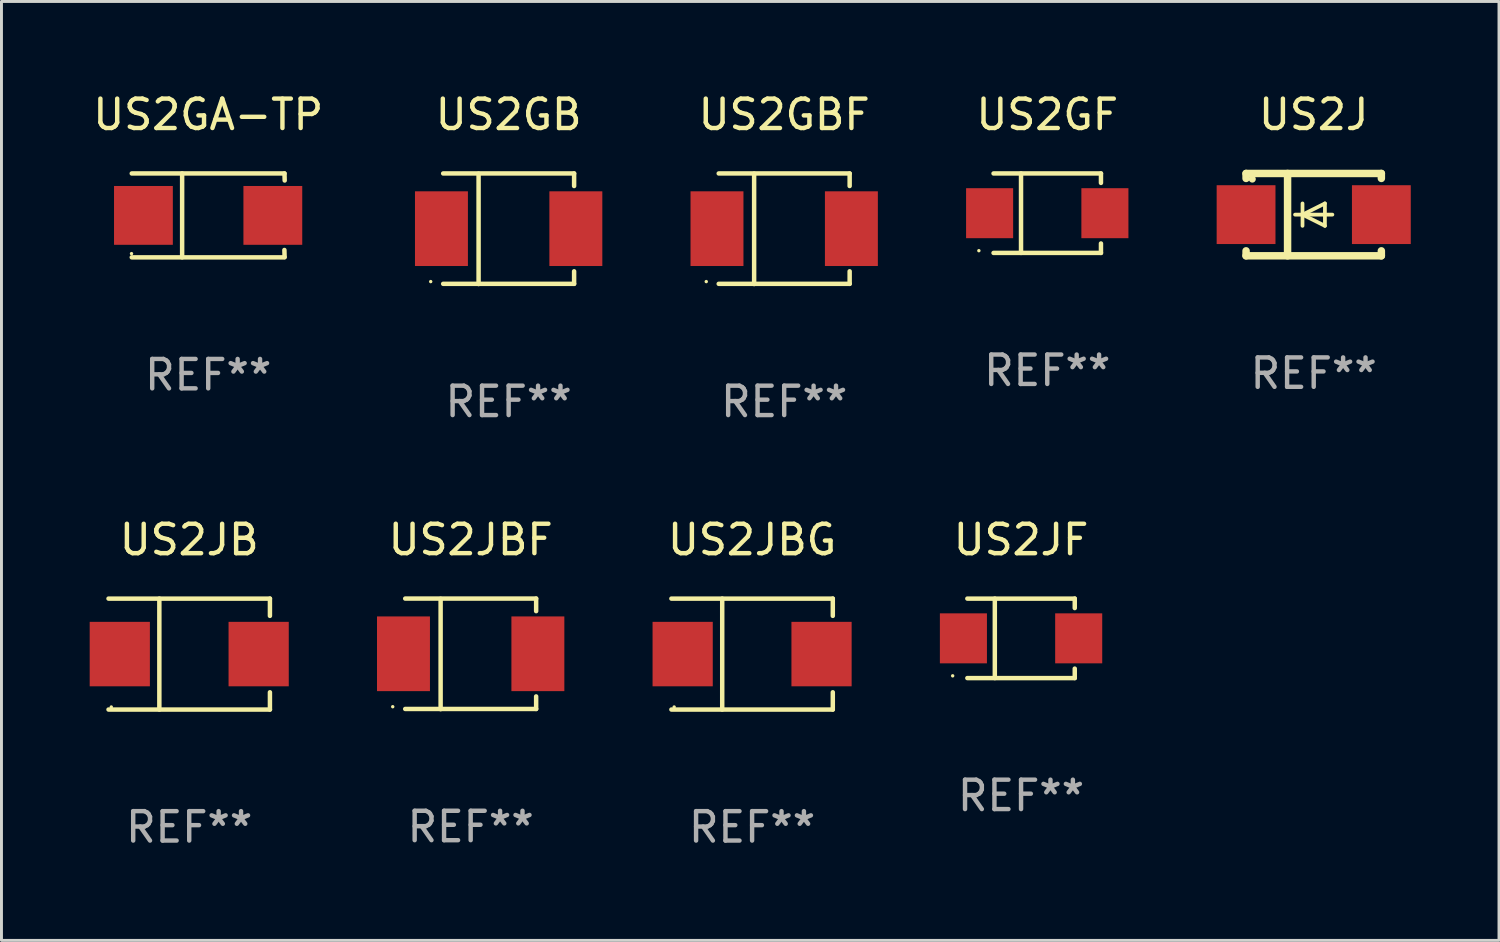
<source format=kicad_pcb>
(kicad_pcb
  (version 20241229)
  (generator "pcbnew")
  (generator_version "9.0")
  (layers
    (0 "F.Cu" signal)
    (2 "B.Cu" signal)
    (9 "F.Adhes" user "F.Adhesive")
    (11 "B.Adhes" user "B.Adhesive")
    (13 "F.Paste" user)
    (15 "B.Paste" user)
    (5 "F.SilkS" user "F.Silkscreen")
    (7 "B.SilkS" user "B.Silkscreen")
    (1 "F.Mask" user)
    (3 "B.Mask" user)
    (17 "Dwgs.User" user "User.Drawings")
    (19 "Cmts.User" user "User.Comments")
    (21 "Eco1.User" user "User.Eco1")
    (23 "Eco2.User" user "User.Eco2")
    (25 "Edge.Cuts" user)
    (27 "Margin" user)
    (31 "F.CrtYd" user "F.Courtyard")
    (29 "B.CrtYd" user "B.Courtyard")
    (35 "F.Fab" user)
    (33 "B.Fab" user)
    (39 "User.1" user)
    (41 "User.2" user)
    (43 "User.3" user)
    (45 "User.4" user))
  (footprint "US2JBF"
    (layer "F.Cu")
    (at 12.954 19.183)
    (property "Reference" "US2JBF" (at 0 -3.88 0) (layer "F.SilkS") (effects (font (size 1 1) (thickness 0.15))))
    (attr through_hole)
    (fp_line (start -2.226 -1.88) (end 2.226 -1.88) (stroke (width 0.152) (type solid)) (layer "F.SilkS"))
    (fp_line (start -2.226 1.873) (end 2.226 1.873) (stroke (width 0.152) (type solid)) (layer "F.SilkS"))
    (fp_line (start -1.022 -1.873) (end -1.022 1.88) (stroke (width 0.152) (type solid)) (layer "F.SilkS"))
    (fp_line (start 2.226 -1.88) (end 2.226 -1.453) (stroke (width 0.152) (type solid)) (layer "F.SilkS"))
    (fp_line (start 2.226 1.447) (end 2.226 1.873) (stroke (width 0.152) (type solid)) (layer "F.SilkS"))
    (fp_circle (center -2.65 1.797) (end -2.62 1.797) (stroke (width 0.06) (type solid)) (fill no) (layer "F.SilkS"))
    (fp_text user "REF**" (at 0 5.88 0) (layer "F.Fab") (effects (font (size 1 1) (thickness 0.15))))
    (pad "1" smd rect (at -2.285 -0.003) (size 1.8 2.54) (layers "F.Cu" "F.Mask" "F.Paste"))
    (pad "2" smd rect (at 2.285 -0.003) (size 1.8 2.54) (layers "F.Cu" "F.Mask" "F.Paste")))
  (footprint "US2JB"
    (layer "F.Cu")
    (at 3.384 19.19)
    (property "Reference" "US2JB" (at 0 -3.886 0) (layer "F.SilkS") (effects (font (size 1 1) (thickness 0.15))))
    (attr through_hole)
    (fp_line (start -2.744 -1.886) (end 2.744 -1.886) (stroke (width 0.152) (type solid)) (layer "F.SilkS"))
    (fp_line (start -2.744 1.886) (end 2.744 1.886) (stroke (width 0.152) (type solid)) (layer "F.SilkS"))
    (fp_line (start -1.016 -1.886) (end -1.016 1.886) (stroke (width 0.152) (type solid)) (layer "F.SilkS"))
    (fp_line (start 2.744 -1.886) (end 2.744 -1.299) (stroke (width 0.152) (type solid)) (layer "F.SilkS"))
    (fp_line (start 2.744 1.886) (end 2.744 1.299) (stroke (width 0.152) (type solid)) (layer "F.SilkS"))
    (fp_circle (center -2.65 1.8) (end -2.62 1.8) (stroke (width 0.06) (type solid)) (fill no) (layer "F.SilkS"))
    (fp_text user "REF**" (at 0 5.886 0) (layer "F.Fab") (effects (font (size 1 1) (thickness 0.15))))
    (pad "1" smd rect (at -2.361 0) (size 2.047 2.192) (layers "F.Cu" "F.Mask" "F.Paste"))
    (pad "2" smd rect (at 2.361 0) (size 2.047 2.192) (layers "F.Cu" "F.Mask" "F.Paste")))
  (footprint "US2GF"
    (layer "F.Cu")
    (at 32.559 4.199)
    (property "Reference" "US2GF" (at 0 -3.351 0) (layer "F.SilkS") (effects (font (size 1 1) (thickness 0.15))))
    (attr through_hole)
    (fp_line (start -1.826 -1.351) (end 1.826 -1.351) (stroke (width 0.152) (type solid)) (layer "F.SilkS"))
    (fp_line (start -1.826 1.351) (end 1.826 1.351) (stroke (width 0.152) (type solid)) (layer "F.SilkS"))
    (fp_line (start -0.892 -1.351) (end -0.892 1.351) (stroke (width 0.152) (type solid)) (layer "F.SilkS"))
    (fp_line (start 1.826 -1.351) (end 1.826 -1.03) (stroke (width 0.152) (type solid)) (layer "F.SilkS"))
    (fp_line (start 1.826 1.03) (end 1.826 1.351) (stroke (width 0.152) (type solid)) (layer "F.SilkS"))
    (fp_circle (center -2.325 1.275) (end -2.295 1.275) (stroke (width 0.06) (type solid)) (fill no) (layer "F.SilkS"))
    (fp_text user "REF**" (at 0 5.351 0) (layer "F.Fab") (effects (font (size 1 1) (thickness 0.15))))
    (pad "1" smd rect (at -1.96 0 180) (size 1.6 1.7) (layers "F.Cu" "F.Mask" "F.Paste"))
    (pad "2" smd rect (at 1.96 0 180) (size 1.6 1.7) (layers "F.Cu" "F.Mask" "F.Paste")))
  (footprint "US2GB"
    (layer "F.Cu")
    (at 14.245 4.728)
    (property "Reference" "US2GB" (at 0 -3.88 0) (layer "F.SilkS") (effects (font (size 1 1) (thickness 0.15))))
    (attr through_hole)
    (fp_line (start -2.226 -1.88) (end 2.226 -1.88) (stroke (width 0.152) (type solid)) (layer "F.SilkS"))
    (fp_line (start -2.226 1.873) (end 2.226 1.873) (stroke (width 0.152) (type solid)) (layer "F.SilkS"))
    (fp_line (start -1.022 -1.873) (end -1.022 1.88) (stroke (width 0.152) (type solid)) (layer "F.SilkS"))
    (fp_line (start 2.226 -1.88) (end 2.226 -1.453) (stroke (width 0.152) (type solid)) (layer "F.SilkS"))
    (fp_line (start 2.226 1.447) (end 2.226 1.873) (stroke (width 0.152) (type solid)) (layer "F.SilkS"))
    (fp_circle (center -2.65 1.797) (end -2.62 1.797) (stroke (width 0.06) (type solid)) (fill no) (layer "F.SilkS"))
    (fp_text user "REF**" (at 0 5.88 0) (layer "F.Fab") (effects (font (size 1 1) (thickness 0.15))))
    (pad "1" smd rect (at -2.285 -0.003) (size 1.8 2.54) (layers "F.Cu" "F.Mask" "F.Paste"))
    (pad "2" smd rect (at 2.285 -0.003) (size 1.8 2.54) (layers "F.Cu" "F.Mask" "F.Paste")))
  (footprint "US2JBG"
    (layer "F.Cu")
    (at 22.523 19.19)
    (property "Reference" "US2JBG" (at 0 -3.886 0) (layer "F.SilkS") (effects (font (size 1 1) (thickness 0.15))))
    (attr through_hole)
    (fp_line (start -2.744 -1.886) (end 2.744 -1.886) (stroke (width 0.152) (type solid)) (layer "F.SilkS"))
    (fp_line (start -2.744 1.886) (end 2.744 1.886) (stroke (width 0.152) (type solid)) (layer "F.SilkS"))
    (fp_line (start -1.016 -1.886) (end -1.016 1.886) (stroke (width 0.152) (type solid)) (layer "F.SilkS"))
    (fp_line (start 2.744 -1.886) (end 2.744 -1.299) (stroke (width 0.152) (type solid)) (layer "F.SilkS"))
    (fp_line (start 2.744 1.886) (end 2.744 1.299) (stroke (width 0.152) (type solid)) (layer "F.SilkS"))
    (fp_circle (center -2.65 1.8) (end -2.62 1.8) (stroke (width 0.06) (type solid)) (fill no) (layer "F.SilkS"))
    (fp_text user "REF**" (at 0 5.886 0) (layer "F.Fab") (effects (font (size 1 1) (thickness 0.15))))
    (pad "1" smd rect (at -2.361 0) (size 2.047 2.192) (layers "F.Cu" "F.Mask" "F.Paste"))
    (pad "2" smd rect (at 2.361 0) (size 2.047 2.192) (layers "F.Cu" "F.Mask" "F.Paste")))
  (footprint "US2GBF"
    (layer "F.Cu")
    (at 23.614 4.728)
    (property "Reference" "US2GBF" (at 0 -3.88 0) (layer "F.SilkS") (effects (font (size 1 1) (thickness 0.15))))
    (attr through_hole)
    (fp_line (start -2.226 -1.88) (end 2.226 -1.88) (stroke (width 0.152) (type solid)) (layer "F.SilkS"))
    (fp_line (start -2.226 1.873) (end 2.226 1.873) (stroke (width 0.152) (type solid)) (layer "F.SilkS"))
    (fp_line (start -1.022 -1.873) (end -1.022 1.88) (stroke (width 0.152) (type solid)) (layer "F.SilkS"))
    (fp_line (start 2.226 -1.88) (end 2.226 -1.453) (stroke (width 0.152) (type solid)) (layer "F.SilkS"))
    (fp_line (start 2.226 1.447) (end 2.226 1.873) (stroke (width 0.152) (type solid)) (layer "F.SilkS"))
    (fp_circle (center -2.65 1.797) (end -2.62 1.797) (stroke (width 0.06) (type solid)) (fill no) (layer "F.SilkS"))
    (fp_text user "REF**" (at 0 5.88 0) (layer "F.Fab") (effects (font (size 1 1) (thickness 0.15))))
    (pad "1" smd rect (at -2.285 -0.003) (size 1.8 2.54) (layers "F.Cu" "F.Mask" "F.Paste"))
    (pad "2" smd rect (at 2.285 -0.003) (size 1.8 2.54) (layers "F.Cu" "F.Mask" "F.Paste")))
  (footprint "US2GA-TP"
    (layer "F.Cu")
    (at 4.03 4.274)
    (property "Reference" "US2GA-TP" (at 0 -3.426 0) (layer "F.SilkS") (effects (font (size 1 1) (thickness 0.15))))
    (attr through_hole)
    (fp_line (start -2.6 -1.426) (end 2.593 -1.426) (stroke (width 0.152) (type solid)) (layer "F.SilkS"))
    (fp_line (start -2.6 1.426) (end 2.593 1.426) (stroke (width 0.152) (type solid)) (layer "F.SilkS"))
    (fp_line (start -0.887 -1.426) (end -0.887 1.426) (stroke (width 0.152) (type solid)) (layer "F.SilkS"))
    (fp_line (start 2.59 1.176) (end 2.597 1.415) (stroke (width 0.152) (type solid)) (layer "F.SilkS"))
    (fp_line (start 2.593 -1.426) (end 2.6 -1.187) (stroke (width 0.152) (type solid)) (layer "F.SilkS"))
    (fp_circle (center -2.608 1.3) (end -2.578 1.3) (stroke (width 0.06) (type solid)) (fill no) (layer "F.SilkS"))
    (fp_text user "REF**" (at 0 5.426 0) (layer "F.Fab") (effects (font (size 1 1) (thickness 0.15))))
    (pad "1" smd rect (at -2.203 0 180) (size 2 2) (layers "F.Cu" "F.Mask" "F.Paste"))
    (pad "2" smd rect (at 2.197 0 180) (size 2 2) (layers "F.Cu" "F.Mask" "F.Paste")))
  (footprint "US2J"
    (layer "F.Cu")
    (at 41.619 4.248)
    (property "Reference" "US2J" (at 0 -3.4 0) (layer "F.SilkS") (effects (font (size 1 1) (thickness 0.15))))
    (attr through_hole)
    (fp_line (start -2.3 -1.4) (end -2.3 -1.231) (stroke (width 0.254) (type solid)) (layer "F.SilkS"))
    (fp_line (start -2.3 -1.4) (end 2.3 -1.4) (stroke (width 0.254) (type solid)) (layer "F.SilkS"))
    (fp_line (start -2.3 1.231) (end -2.3 1.4) (stroke (width 0.254) (type solid)) (layer "F.SilkS"))
    (fp_line (start -2.3 1.4) (end 2.3 1.4) (stroke (width 0.254) (type solid)) (layer "F.SilkS"))
    (fp_line (start -0.889 1.4) (end -0.889 -1.4) (stroke (width 0.254) (type solid)) (layer "F.SilkS"))
    (fp_line (start -0.381 0) (end -0.381 -0.381) (stroke (width 0.127) (type solid)) (layer "F.SilkS"))
    (fp_line (start -0.381 0) (end -0.381 0.381) (stroke (width 0.127) (type solid)) (layer "F.SilkS"))
    (fp_line (start 0.381 -0.381) (end -0.381 0) (stroke (width 0.127) (type solid)) (layer "F.SilkS"))
    (fp_line (start 0.381 0) (end 0.381 -0.381) (stroke (width 0.127) (type solid)) (layer "F.SilkS"))
    (fp_line (start 0.381 0) (end 0.381 0.381) (stroke (width 0.127) (type solid)) (layer "F.SilkS"))
    (fp_line (start 0.381 0.381) (end -0.381 0) (stroke (width 0.127) (type solid)) (layer "F.SilkS"))
    (fp_line (start 0.635 0) (end -0.635 0) (stroke (width 0.127) (type solid)) (layer "F.SilkS"))
    (fp_line (start 2.3 -1.4) (end 2.3 -1.231) (stroke (width 0.254) (type solid)) (layer "F.SilkS"))
    (fp_line (start 2.3 1.231) (end 2.3 1.4) (stroke (width 0.254) (type solid)) (layer "F.SilkS"))
    (fp_circle (center -2.088 -1.208) (end -2.028 -1.208) (stroke (width 0.12) (type solid)) (fill no) (layer "F.SilkS"))
    (fp_text user "REF**" (at 0 5.4 0) (layer "F.Fab") (effects (font (size 1 1) (thickness 0.15))))
    (pad "1" smd rect (at -2.3 0 180) (size 2 2) (layers "F.Cu" "F.Mask" "F.Paste"))
    (pad "2" smd rect (at 2.3 0 180) (size 2 2) (layers "F.Cu" "F.Mask" "F.Paste")))
  (footprint "US2JF"
    (layer "F.Cu")
    (at 31.668 18.655)
    (property "Reference" "US2JF" (at 0 -3.351 0) (layer "F.SilkS") (effects (font (size 1 1) (thickness 0.15))))
    (attr through_hole)
    (fp_line (start -1.826 -1.351) (end 1.826 -1.351) (stroke (width 0.152) (type solid)) (layer "F.SilkS"))
    (fp_line (start -1.826 1.351) (end 1.826 1.351) (stroke (width 0.152) (type solid)) (layer "F.SilkS"))
    (fp_line (start -0.892 -1.351) (end -0.892 1.351) (stroke (width 0.152) (type solid)) (layer "F.SilkS"))
    (fp_line (start 1.826 -1.351) (end 1.826 -1.03) (stroke (width 0.152) (type solid)) (layer "F.SilkS"))
    (fp_line (start 1.826 1.03) (end 1.826 1.351) (stroke (width 0.152) (type solid)) (layer "F.SilkS"))
    (fp_circle (center -2.325 1.275) (end -2.295 1.275) (stroke (width 0.06) (type solid)) (fill no) (layer "F.SilkS"))
    (fp_text user "REF**" (at 0 5.351 0) (layer "F.Fab") (effects (font (size 1 1) (thickness 0.15))))
    (pad "1" smd rect (at -1.96 0 180) (size 1.6 1.7) (layers "F.Cu" "F.Mask" "F.Paste"))
    (pad "2" smd rect (at 1.96 0 180) (size 1.6 1.7) (layers "F.Cu" "F.Mask" "F.Paste")))
  (gr_rect
    (start -3 -3)
    (end 47.919 28.925)
    (stroke (width 0.1) (type default))
    (fill no)
    (layer "Edge.Cuts")))
</source>
